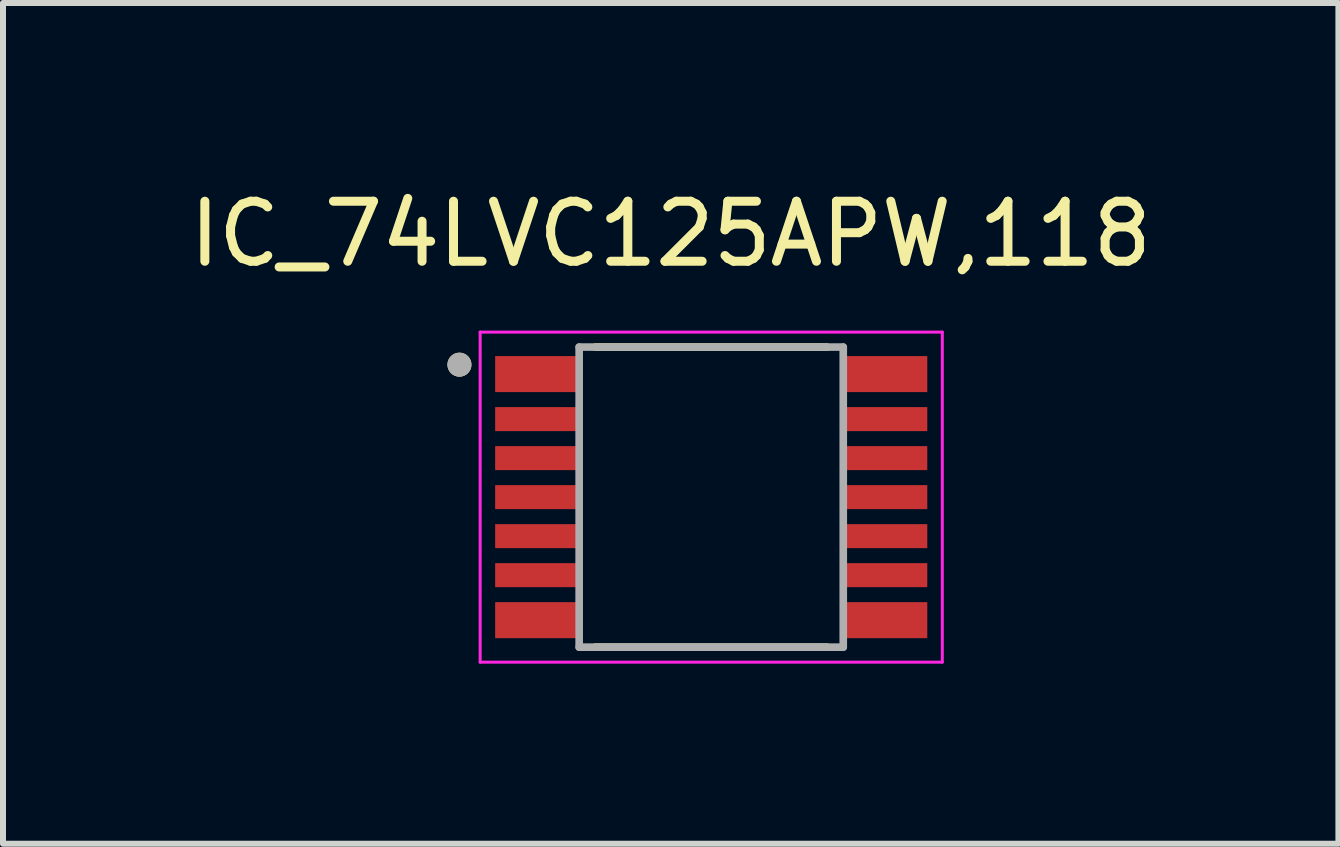
<source format=kicad_pcb>
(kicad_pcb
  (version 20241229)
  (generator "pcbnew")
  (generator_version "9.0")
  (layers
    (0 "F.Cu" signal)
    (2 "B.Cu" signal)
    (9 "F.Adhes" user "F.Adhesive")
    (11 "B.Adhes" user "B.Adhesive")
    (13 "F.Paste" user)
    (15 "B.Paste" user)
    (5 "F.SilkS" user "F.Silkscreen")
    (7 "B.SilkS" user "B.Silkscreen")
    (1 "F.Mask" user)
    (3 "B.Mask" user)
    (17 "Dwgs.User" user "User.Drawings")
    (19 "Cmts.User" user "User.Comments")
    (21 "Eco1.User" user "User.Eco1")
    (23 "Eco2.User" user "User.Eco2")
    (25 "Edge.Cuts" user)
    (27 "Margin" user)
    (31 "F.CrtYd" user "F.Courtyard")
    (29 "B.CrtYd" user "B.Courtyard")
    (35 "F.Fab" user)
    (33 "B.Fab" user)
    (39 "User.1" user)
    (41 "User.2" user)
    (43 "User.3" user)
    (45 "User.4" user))
  (footprint "IC_74LVC125APW,118"
    (layer "F.Cu")
    (at 8.8 5.233)
    (property "Reference" "IC_74LVC125APW,118" (at -0.675 -4.385 0) (layer "F.SilkS") (effects (font (size 1 1) (thickness 0.15))))
    (attr smd)
    (fp_line (start -1.93 -2.5) (end 1.93 -2.5) (stroke (width 0.127) (type solid)) (layer "F.SilkS"))
    (fp_line (start -1.93 2.5) (end 1.93 2.5) (stroke (width 0.127) (type solid)) (layer "F.SilkS"))
    (fp_circle (center -4.195 -2.207) (end -4.095 -2.207) (stroke (width 0.2) (type solid)) (fill no) (layer "F.SilkS"))
    (fp_poly (pts (xy -3.55 -2.3) (xy -2.3 -2.3) (xy -2.3 -1.8) (xy -3.55 -1.8)) (stroke (width 0.01) (type solid)) (fill yes) (layer "F.Paste"))
    (fp_poly (pts (xy -3.55 -1.45) (xy -2.3 -1.45) (xy -2.3 -1.15) (xy -3.55 -1.15)) (stroke (width 0.01) (type solid)) (fill yes) (layer "F.Paste"))
    (fp_poly (pts (xy -3.55 -0.8) (xy -2.3 -0.8) (xy -2.3 -0.5) (xy -3.55 -0.5)) (stroke (width 0.01) (type solid)) (fill yes) (layer "F.Paste"))
    (fp_poly (pts (xy -3.55 -0.15) (xy -2.3 -0.15) (xy -2.3 0.15) (xy -3.55 0.15)) (stroke (width 0.01) (type solid)) (fill yes) (layer "F.Paste"))
    (fp_poly (pts (xy -3.55 0.5) (xy -2.3 0.5) (xy -2.3 0.8) (xy -3.55 0.8)) (stroke (width 0.01) (type solid)) (fill yes) (layer "F.Paste"))
    (fp_poly (pts (xy -3.55 1.15) (xy -2.3 1.15) (xy -2.3 1.45) (xy -3.55 1.45)) (stroke (width 0.01) (type solid)) (fill yes) (layer "F.Paste"))
    (fp_poly (pts (xy -3.55 1.8) (xy -2.3 1.8) (xy -2.3 2.3) (xy -3.55 2.3)) (stroke (width 0.01) (type solid)) (fill yes) (layer "F.Paste"))
    (fp_poly (pts (xy 2.3 -2.3) (xy 3.55 -2.3) (xy 3.55 -1.8) (xy 2.3 -1.8)) (stroke (width 0.01) (type solid)) (fill yes) (layer "F.Paste"))
    (fp_poly (pts (xy 2.3 -1.45) (xy 3.55 -1.45) (xy 3.55 -1.15) (xy 2.3 -1.15)) (stroke (width 0.01) (type solid)) (fill yes) (layer "F.Paste"))
    (fp_poly (pts (xy 2.3 -0.8) (xy 3.55 -0.8) (xy 3.55 -0.5) (xy 2.3 -0.5)) (stroke (width 0.01) (type solid)) (fill yes) (layer "F.Paste"))
    (fp_poly (pts (xy 2.3 -0.15) (xy 3.55 -0.15) (xy 3.55 0.15) (xy 2.3 0.15)) (stroke (width 0.01) (type solid)) (fill yes) (layer "F.Paste"))
    (fp_poly (pts (xy 2.3 0.5) (xy 3.55 0.5) (xy 3.55 0.8) (xy 2.3 0.8)) (stroke (width 0.01) (type solid)) (fill yes) (layer "F.Paste"))
    (fp_poly (pts (xy 2.3 1.15) (xy 3.55 1.15) (xy 3.55 1.45) (xy 2.3 1.45)) (stroke (width 0.01) (type solid)) (fill yes) (layer "F.Paste"))
    (fp_poly (pts (xy 2.3 1.8) (xy 3.55 1.8) (xy 3.55 2.3) (xy 2.3 2.3)) (stroke (width 0.01) (type solid)) (fill yes) (layer "F.Paste"))
    (fp_line (start -3.85 -2.75) (end -3.85 2.75) (stroke (width 0.05) (type solid)) (layer "F.CrtYd"))
    (fp_line (start -3.85 2.75) (end 3.85 2.75) (stroke (width 0.05) (type solid)) (layer "F.CrtYd"))
    (fp_line (start 3.85 -2.75) (end -3.85 -2.75) (stroke (width 0.05) (type solid)) (layer "F.CrtYd"))
    (fp_line (start 3.85 2.75) (end 3.85 -2.75) (stroke (width 0.05) (type solid)) (layer "F.CrtYd"))
    (fp_line (start -2.2 -2.5) (end 2.2 -2.5) (stroke (width 0.127) (type solid)) (layer "F.Fab"))
    (fp_line (start -2.2 2.5) (end -2.2 -2.5) (stroke (width 0.127) (type solid)) (layer "F.Fab"))
    (fp_line (start 2.2 -2.5) (end 2.2 2.5) (stroke (width 0.127) (type solid)) (layer "F.Fab"))
    (fp_line (start 2.2 2.5) (end -2.2 2.5) (stroke (width 0.127) (type solid)) (layer "F.Fab"))
    (fp_circle (center -4.195 -2.207) (end -4.095 -2.207) (stroke (width 0.2) (type solid)) (fill no) (layer "F.Fab"))
    (pad "1" smd rect (at -2.925 -2.05) (size 1.35 0.6) (layers "F.Cu" "F.Mask"))
    (pad "2" smd rect (at -2.925 -1.3) (size 1.35 0.4) (layers "F.Cu" "F.Mask"))
    (pad "3" smd rect (at -2.925 -0.65) (size 1.35 0.4) (layers "F.Cu" "F.Mask"))
    (pad "4" smd rect (at -2.925 0) (size 1.35 0.4) (layers "F.Cu" "F.Mask"))
    (pad "5" smd rect (at -2.925 0.65) (size 1.35 0.4) (layers "F.Cu" "F.Mask"))
    (pad "6" smd rect (at -2.925 1.3) (size 1.35 0.4) (layers "F.Cu" "F.Mask"))
    (pad "7" smd rect (at -2.925 2.05) (size 1.35 0.6) (layers "F.Cu" "F.Mask"))
    (pad "8" smd rect (at 2.925 2.05) (size 1.35 0.6) (layers "F.Cu" "F.Mask"))
    (pad "9" smd rect (at 2.925 1.3) (size 1.35 0.4) (layers "F.Cu" "F.Mask"))
    (pad "10" smd rect (at 2.925 0.65) (size 1.35 0.4) (layers "F.Cu" "F.Mask"))
    (pad "11" smd rect (at 2.925 0) (size 1.35 0.4) (layers "F.Cu" "F.Mask"))
    (pad "12" smd rect (at 2.925 -0.65) (size 1.35 0.4) (layers "F.Cu" "F.Mask"))
    (pad "13" smd rect (at 2.925 -1.3) (size 1.35 0.4) (layers "F.Cu" "F.Mask"))
    (pad "14" smd rect (at 2.925 -2.05) (size 1.35 0.6) (layers "F.Cu" "F.Mask")))
  (gr_rect
    (start -3 -3)
    (end 19.25 11.008)
    (stroke (width 0.1) (type default))
    (fill no)
    (layer "Edge.Cuts")))
</source>
